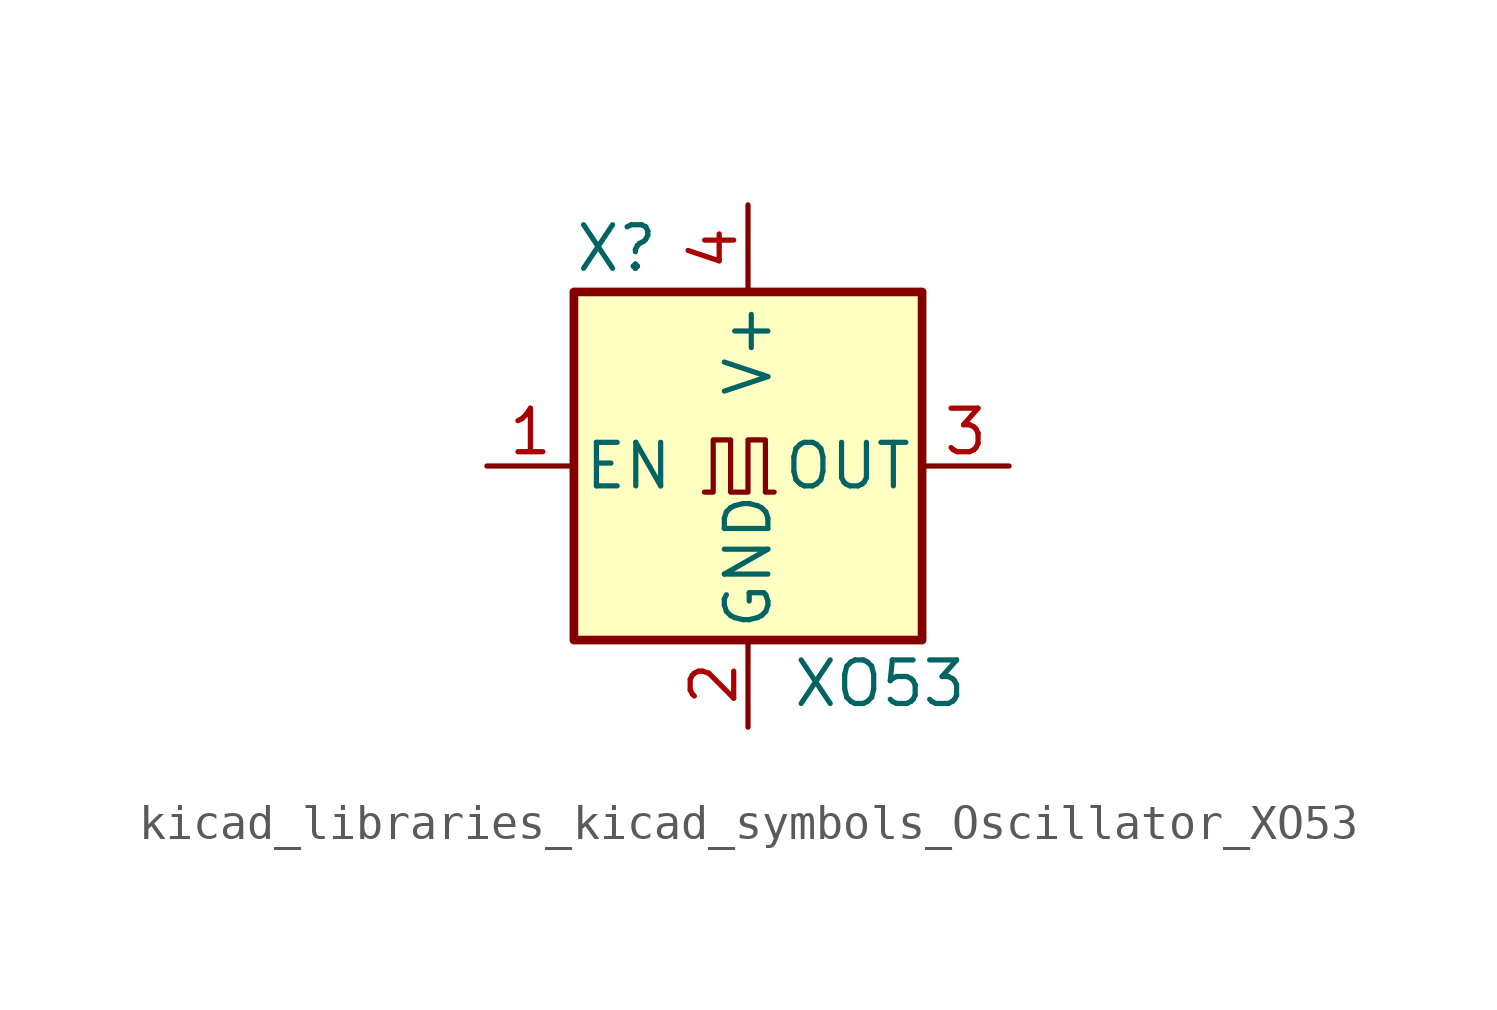
<source format=kicad_sym>
(kicad_symbol_lib
  (version 20220914)
  (generator kicad_symbol_editor)
  (symbol "kicad_libraries_kicad_symbols_Oscillator_XO53"
    (pin_names
      (offset 0.254))
    (property "Reference" "X"
      (at -5.08 6.35 0)
      (effects (font (size 1.27 1.27)) (justify left)))
    (property "Value" "XO53"
      (at 1.27 -6.35 0)
      (effects (font (size 1.27 1.27)) (justify left)))
    (symbol "kicad_libraries_kicad_symbols_Oscillator_XO53_0_1"
      (rectangle (start -5.08 5.08) (end 5.08 -5.08) (stroke (width 0.254) (type default)) (fill (type background)))
      (polyline (pts (xy 0.762 -0.762) (xy 0.508 -0.762) (xy 0.508 0.762) (xy 0 0.762) (xy 0 -0.762) (xy -0.508 -0.762) (xy -0.508 0.762) (xy -1.016 0.762) (xy -1.016 -0.762) (xy -1.27 -0.762)) (stroke (width 0) (type default)) (fill (type none))))
    (symbol "kicad_libraries_kicad_symbols_Oscillator_XO53_1_1"
      (pin input line (at -7.62 0 0) (length 2.54) (name "EN" (effects (font (size 1.27 1.27)))) (number "1" (effects (font (size 1.27 1.27)))))
      (pin power_in line (at 0 -7.62 90) (length 2.54) (name "GND" (effects (font (size 1.27 1.27)))) (number "2" (effects (font (size 1.27 1.27)))))
      (pin output line (at 7.62 0 180) (length 2.54) (name "OUT" (effects (font (size 1.27 1.27)))) (number "3" (effects (font (size 1.27 1.27)))))
      (pin power_in line (at 0 7.62 270) (length 2.54) (name "V+" (effects (font (size 1.27 1.27)))) (number "4" (effects (font (size 1.27 1.27))))))))
</source>
